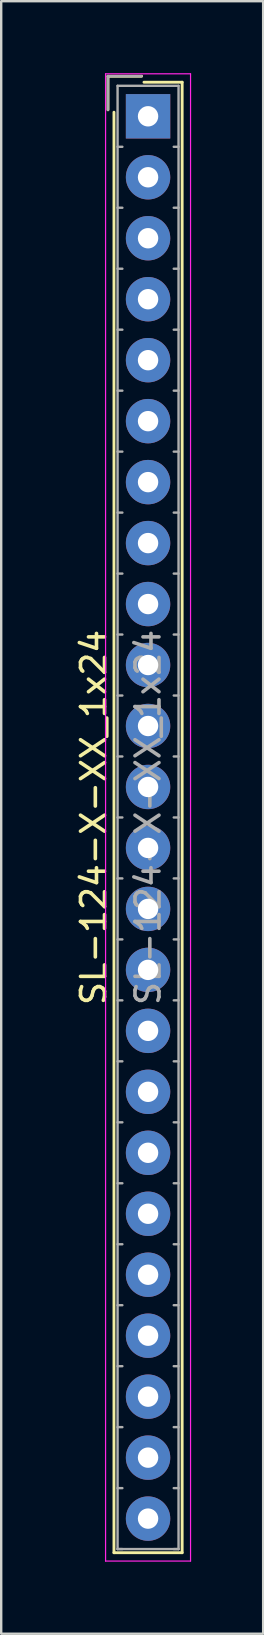
<source format=kicad_pcb>
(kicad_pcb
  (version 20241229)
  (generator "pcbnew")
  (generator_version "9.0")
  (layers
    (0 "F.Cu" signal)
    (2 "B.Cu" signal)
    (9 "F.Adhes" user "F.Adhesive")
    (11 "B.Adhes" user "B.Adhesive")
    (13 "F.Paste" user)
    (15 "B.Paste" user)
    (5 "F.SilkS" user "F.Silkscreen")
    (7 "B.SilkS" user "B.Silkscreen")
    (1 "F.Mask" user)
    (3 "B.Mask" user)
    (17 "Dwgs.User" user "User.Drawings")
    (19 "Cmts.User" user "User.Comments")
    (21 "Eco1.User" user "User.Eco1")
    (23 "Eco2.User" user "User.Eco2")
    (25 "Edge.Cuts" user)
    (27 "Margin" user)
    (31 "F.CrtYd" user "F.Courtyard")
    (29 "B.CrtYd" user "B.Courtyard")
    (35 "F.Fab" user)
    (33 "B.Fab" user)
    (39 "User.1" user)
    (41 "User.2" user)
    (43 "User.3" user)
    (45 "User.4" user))
  (footprint "SL-124-X-XX_1x24"
    (layer "F.Cu")
    (at 3.118 1.795)
    (property "Reference" "SL-124-X-XX_1x24" (at -2.27 29.21 90) (layer "F.SilkS") (effects (font (size 1 1) (thickness 0.15))))
    (attr through_hole)
    (fp_line (start -1.67 -1.67) (end -1.67 -0.27) (stroke (width 0.12) (type solid)) (layer "F.SilkS"))
    (fp_line (start -1.42 59.84) (end -1.42 -0.17) (stroke (width 0.12) (type solid)) (layer "F.SilkS"))
    (fp_line (start -0.27 -1.67) (end -1.67 -1.67) (stroke (width 0.12) (type solid)) (layer "F.SilkS"))
    (fp_line (start -0.17 -1.42) (end 1.42 -1.42) (stroke (width 0.12) (type solid)) (layer "F.SilkS"))
    (fp_line (start 1.42 -1.42) (end 1.42 59.84) (stroke (width 0.12) (type solid)) (layer "F.SilkS"))
    (fp_line (start 1.42 59.84) (end -1.42 59.84) (stroke (width 0.12) (type solid)) (layer "F.SilkS"))
    (fp_line (start -1.77 -1.77) (end -1.77 60.19) (stroke (width 0.05) (type solid)) (layer "F.CrtYd"))
    (fp_line (start -1.77 60.19) (end 1.77 60.19) (stroke (width 0.05) (type solid)) (layer "F.CrtYd"))
    (fp_line (start 1.77 -1.77) (end -1.77 -1.77) (stroke (width 0.05) (type solid)) (layer "F.CrtYd"))
    (fp_line (start 1.77 60.19) (end 1.77 -1.77) (stroke (width 0.05) (type solid)) (layer "F.CrtYd"))
    (fp_line (start -1.67 -1.67) (end -1.67 -0.27) (stroke (width 0.1) (type solid)) (layer "F.Fab"))
    (fp_line (start -1.27 -1.27) (end -1.27 59.69) (stroke (width 0.1) (type solid)) (layer "F.Fab"))
    (fp_line (start -1.27 1.27) (end -1.07 1.27) (stroke (width 0.1) (type solid)) (layer "F.Fab"))
    (fp_line (start -1.27 3.81) (end -1.07 3.81) (stroke (width 0.1) (type solid)) (layer "F.Fab"))
    (fp_line (start -1.27 6.35) (end -1.07 6.35) (stroke (width 0.1) (type solid)) (layer "F.Fab"))
    (fp_line (start -1.27 8.89) (end -1.07 8.89) (stroke (width 0.1) (type solid)) (layer "F.Fab"))
    (fp_line (start -1.27 11.43) (end -1.07 11.43) (stroke (width 0.1) (type solid)) (layer "F.Fab"))
    (fp_line (start -1.27 13.97) (end -1.07 13.97) (stroke (width 0.1) (type solid)) (layer "F.Fab"))
    (fp_line (start -1.27 16.51) (end -1.07 16.51) (stroke (width 0.1) (type solid)) (layer "F.Fab"))
    (fp_line (start -1.27 19.05) (end -1.07 19.05) (stroke (width 0.1) (type solid)) (layer "F.Fab"))
    (fp_line (start -1.27 21.59) (end -1.07 21.59) (stroke (width 0.1) (type solid)) (layer "F.Fab"))
    (fp_line (start -1.27 24.13) (end -1.07 24.13) (stroke (width 0.1) (type solid)) (layer "F.Fab"))
    (fp_line (start -1.27 26.67) (end -1.07 26.67) (stroke (width 0.1) (type solid)) (layer "F.Fab"))
    (fp_line (start -1.27 29.21) (end -1.07 29.21) (stroke (width 0.1) (type solid)) (layer "F.Fab"))
    (fp_line (start -1.27 31.75) (end -1.07 31.75) (stroke (width 0.1) (type solid)) (layer "F.Fab"))
    (fp_line (start -1.27 34.29) (end -1.07 34.29) (stroke (width 0.1) (type solid)) (layer "F.Fab"))
    (fp_line (start -1.27 36.83) (end -1.07 36.83) (stroke (width 0.1) (type solid)) (layer "F.Fab"))
    (fp_line (start -1.27 39.37) (end -1.07 39.37) (stroke (width 0.1) (type solid)) (layer "F.Fab"))
    (fp_line (start -1.27 41.91) (end -1.07 41.91) (stroke (width 0.1) (type solid)) (layer "F.Fab"))
    (fp_line (start -1.27 44.45) (end -1.07 44.45) (stroke (width 0.1) (type solid)) (layer "F.Fab"))
    (fp_line (start -1.27 46.99) (end -1.07 46.99) (stroke (width 0.1) (type solid)) (layer "F.Fab"))
    (fp_line (start -1.27 49.53) (end -1.07 49.53) (stroke (width 0.1) (type solid)) (layer "F.Fab"))
    (fp_line (start -1.27 52.07) (end -1.07 52.07) (stroke (width 0.1) (type solid)) (layer "F.Fab"))
    (fp_line (start -1.27 54.61) (end -1.07 54.61) (stroke (width 0.1) (type solid)) (layer "F.Fab"))
    (fp_line (start -1.27 57.15) (end -1.07 57.15) (stroke (width 0.1) (type solid)) (layer "F.Fab"))
    (fp_line (start -1.27 59.69) (end -1.07 59.69) (stroke (width 0.1) (type solid)) (layer "F.Fab"))
    (fp_line (start -1.27 59.69) (end 1.27 59.69) (stroke (width 0.1) (type solid)) (layer "F.Fab"))
    (fp_line (start -0.27 -1.67) (end -1.67 -1.67) (stroke (width 0.1) (type solid)) (layer "F.Fab"))
    (fp_line (start 1.27 -1.27) (end -1.27 -1.27) (stroke (width 0.1) (type solid)) (layer "F.Fab"))
    (fp_line (start 1.27 1.27) (end 1.07 1.27) (stroke (width 0.1) (type solid)) (layer "F.Fab"))
    (fp_line (start 1.27 3.81) (end 1.07 3.81) (stroke (width 0.1) (type solid)) (layer "F.Fab"))
    (fp_line (start 1.27 6.35) (end 1.07 6.35) (stroke (width 0.1) (type solid)) (layer "F.Fab"))
    (fp_line (start 1.27 8.89) (end 1.07 8.89) (stroke (width 0.1) (type solid)) (layer "F.Fab"))
    (fp_line (start 1.27 11.43) (end 1.07 11.43) (stroke (width 0.1) (type solid)) (layer "F.Fab"))
    (fp_line (start 1.27 13.97) (end 1.07 13.97) (stroke (width 0.1) (type solid)) (layer "F.Fab"))
    (fp_line (start 1.27 16.51) (end 1.07 16.51) (stroke (width 0.1) (type solid)) (layer "F.Fab"))
    (fp_line (start 1.27 19.05) (end 1.07 19.05) (stroke (width 0.1) (type solid)) (layer "F.Fab"))
    (fp_line (start 1.27 21.59) (end 1.07 21.59) (stroke (width 0.1) (type solid)) (layer "F.Fab"))
    (fp_line (start 1.27 24.13) (end 1.07 24.13) (stroke (width 0.1) (type solid)) (layer "F.Fab"))
    (fp_line (start 1.27 26.67) (end 1.07 26.67) (stroke (width 0.1) (type solid)) (layer "F.Fab"))
    (fp_line (start 1.27 29.21) (end 1.07 29.21) (stroke (width 0.1) (type solid)) (layer "F.Fab"))
    (fp_line (start 1.27 31.75) (end 1.07 31.75) (stroke (width 0.1) (type solid)) (layer "F.Fab"))
    (fp_line (start 1.27 34.29) (end 1.07 34.29) (stroke (width 0.1) (type solid)) (layer "F.Fab"))
    (fp_line (start 1.27 36.83) (end 1.07 36.83) (stroke (width 0.1) (type solid)) (layer "F.Fab"))
    (fp_line (start 1.27 39.37) (end 1.07 39.37) (stroke (width 0.1) (type solid)) (layer "F.Fab"))
    (fp_line (start 1.27 41.91) (end 1.07 41.91) (stroke (width 0.1) (type solid)) (layer "F.Fab"))
    (fp_line (start 1.27 44.45) (end 1.07 44.45) (stroke (width 0.1) (type solid)) (layer "F.Fab"))
    (fp_line (start 1.27 46.99) (end 1.07 46.99) (stroke (width 0.1) (type solid)) (layer "F.Fab"))
    (fp_line (start 1.27 49.53) (end 1.07 49.53) (stroke (width 0.1) (type solid)) (layer "F.Fab"))
    (fp_line (start 1.27 52.07) (end 1.07 52.07) (stroke (width 0.1) (type solid)) (layer "F.Fab"))
    (fp_line (start 1.27 54.61) (end 1.07 54.61) (stroke (width 0.1) (type solid)) (layer "F.Fab"))
    (fp_line (start 1.27 57.15) (end 1.07 57.15) (stroke (width 0.1) (type solid)) (layer "F.Fab"))
    (fp_line (start 1.27 59.69) (end 1.07 59.69) (stroke (width 0.1) (type solid)) (layer "F.Fab"))
    (fp_line (start 1.27 59.69) (end 1.27 -1.27) (stroke (width 0.1) (type solid)) (layer "F.Fab"))
    (fp_text user "${REFERENCE}" (at 0 29.21 90) (layer "F.Fab") (effects (font (size 1 1) (thickness 0.15))))
    (pad "1" thru_hole rect (at 0 0) (size 1.85 1.85) (drill 0.85) (layers "*.Cu" "*.Mask"))
    (pad "2" thru_hole circle (at 0 2.54) (size 1.85 1.85) (drill 0.85) (layers "*.Cu" "*.Mask"))
    (pad "3" thru_hole circle (at 0 5.08) (size 1.85 1.85) (drill 0.85) (layers "*.Cu" "*.Mask"))
    (pad "4" thru_hole circle (at 0 7.62) (size 1.85 1.85) (drill 0.85) (layers "*.Cu" "*.Mask"))
    (pad "5" thru_hole circle (at 0 10.16) (size 1.85 1.85) (drill 0.85) (layers "*.Cu" "*.Mask"))
    (pad "6" thru_hole circle (at 0 12.7) (size 1.85 1.85) (drill 0.85) (layers "*.Cu" "*.Mask"))
    (pad "7" thru_hole circle (at 0 15.24) (size 1.85 1.85) (drill 0.85) (layers "*.Cu" "*.Mask"))
    (pad "8" thru_hole circle (at 0 17.78) (size 1.85 1.85) (drill 0.85) (layers "*.Cu" "*.Mask"))
    (pad "9" thru_hole circle (at 0 20.32) (size 1.85 1.85) (drill 0.85) (layers "*.Cu" "*.Mask"))
    (pad "10" thru_hole circle (at 0 22.86) (size 1.85 1.85) (drill 0.85) (layers "*.Cu" "*.Mask"))
    (pad "11" thru_hole circle (at 0 25.4) (size 1.85 1.85) (drill 0.85) (layers "*.Cu" "*.Mask"))
    (pad "12" thru_hole circle (at 0 27.94) (size 1.85 1.85) (drill 0.85) (layers "*.Cu" "*.Mask"))
    (pad "13" thru_hole circle (at 0 30.48) (size 1.85 1.85) (drill 0.85) (layers "*.Cu" "*.Mask"))
    (pad "14" thru_hole circle (at 0 33.02) (size 1.85 1.85) (drill 0.85) (layers "*.Cu" "*.Mask"))
    (pad "15" thru_hole circle (at 0 35.56) (size 1.85 1.85) (drill 0.85) (layers "*.Cu" "*.Mask"))
    (pad "16" thru_hole circle (at 0 38.1) (size 1.85 1.85) (drill 0.85) (layers "*.Cu" "*.Mask"))
    (pad "17" thru_hole circle (at 0 40.64) (size 1.85 1.85) (drill 0.85) (layers "*.Cu" "*.Mask"))
    (pad "18" thru_hole circle (at 0 43.18) (size 1.85 1.85) (drill 0.85) (layers "*.Cu" "*.Mask"))
    (pad "19" thru_hole circle (at 0 45.72) (size 1.85 1.85) (drill 0.85) (layers "*.Cu" "*.Mask"))
    (pad "20" thru_hole circle (at 0 48.26) (size 1.85 1.85) (drill 0.85) (layers "*.Cu" "*.Mask"))
    (pad "21" thru_hole circle (at 0 50.8) (size 1.85 1.85) (drill 0.85) (layers "*.Cu" "*.Mask"))
    (pad "22" thru_hole circle (at 0 53.34) (size 1.85 1.85) (drill 0.85) (layers "*.Cu" "*.Mask"))
    (pad "23" thru_hole circle (at 0 55.88) (size 1.85 1.85) (drill 0.85) (layers "*.Cu" "*.Mask"))
    (pad "24" thru_hole circle (at 0 58.42) (size 1.85 1.85) (drill 0.85) (layers "*.Cu" "*.Mask")))
  (gr_rect
    (start -3 -3)
    (end 7.913 65.01)
    (stroke (width 0.1) (type default))
    (fill no)
    (layer "Edge.Cuts")))
</source>
